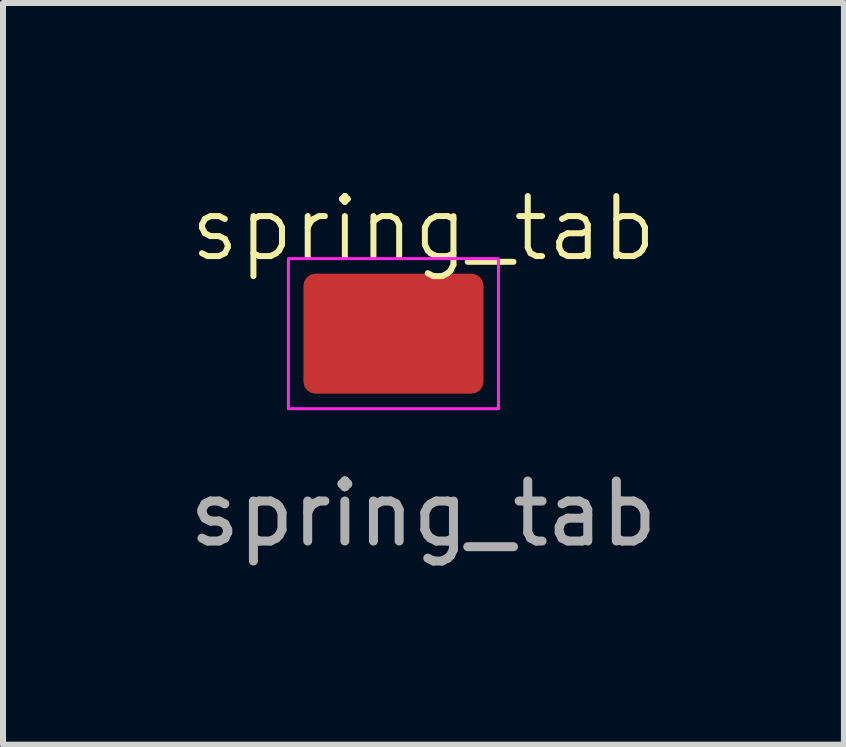
<source format=kicad_pcb>
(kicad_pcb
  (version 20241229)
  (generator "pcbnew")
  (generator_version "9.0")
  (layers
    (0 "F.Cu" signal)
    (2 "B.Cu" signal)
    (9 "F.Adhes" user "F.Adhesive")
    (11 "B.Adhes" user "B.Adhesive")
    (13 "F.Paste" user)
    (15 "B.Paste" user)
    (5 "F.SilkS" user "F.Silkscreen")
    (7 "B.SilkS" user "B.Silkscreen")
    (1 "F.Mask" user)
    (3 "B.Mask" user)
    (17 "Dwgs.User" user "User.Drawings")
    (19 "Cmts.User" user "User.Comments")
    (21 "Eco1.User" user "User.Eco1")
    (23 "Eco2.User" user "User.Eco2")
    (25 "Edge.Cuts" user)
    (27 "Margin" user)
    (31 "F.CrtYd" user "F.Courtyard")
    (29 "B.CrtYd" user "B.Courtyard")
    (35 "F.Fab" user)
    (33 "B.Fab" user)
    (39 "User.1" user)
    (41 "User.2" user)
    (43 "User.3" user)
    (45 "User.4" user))
  (footprint "spring_tab"
    (layer "F.Cu")
    (at 4.006 2.51)
    (property "Reference" "spring_tab" (at 0 -1.75 0) (unlocked yes) (layer "F.SilkS") (effects (font (size 1 1) (thickness 0.1))))
    (attr smd)
    (fp_rect (start -2.25 -1.25) (end 1.25 1.25) (stroke (width 0.05) (type default)) (fill no) (layer "F.CrtYd"))
    (fp_text user "${REFERENCE}" (at 0 3 0) (unlocked yes) (layer "F.Fab") (effects (font (size 1 1) (thickness 0.15))))
    (pad "1" smd roundrect (at -0.5 0) (size 3 2) (layers "F.Cu" "F.Mask" "F.Paste") (roundrect_rratio 0.1)))
  (gr_rect
    (start -3 -3)
    (end 11.012 9.359)
    (stroke (width 0.1) (type default))
    (fill no)
    (layer "Edge.Cuts")))
</source>
